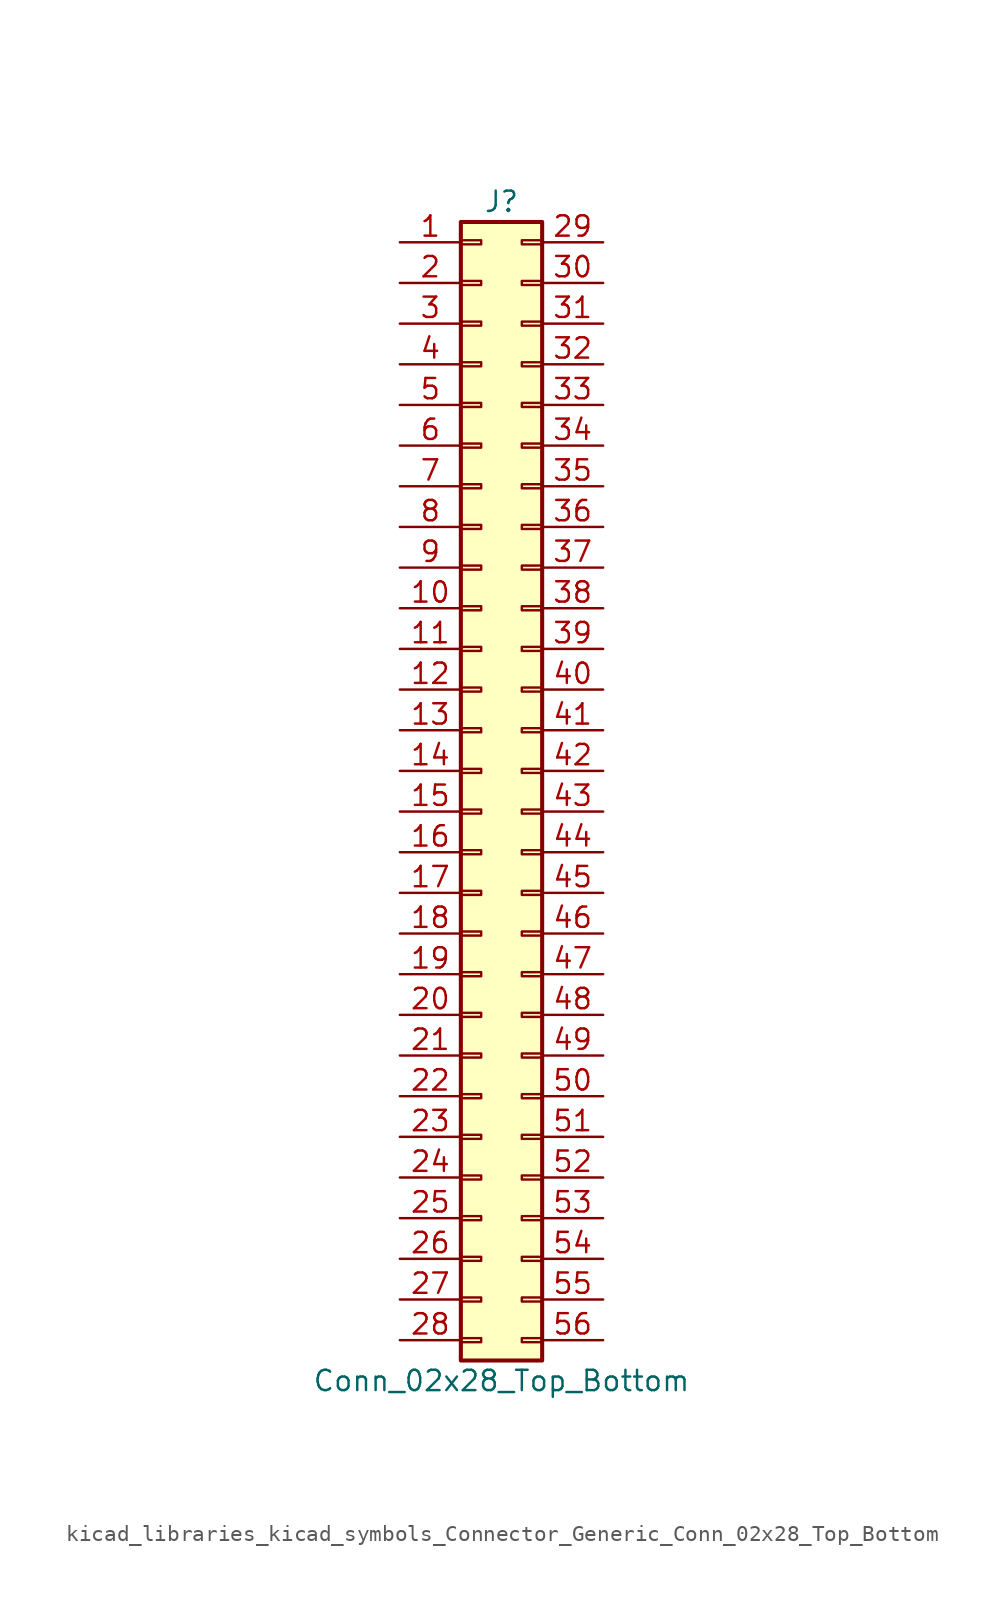
<source format=kicad_sym>
(kicad_symbol_lib
  (version 20220914)
  (generator kicad_symbol_editor)
  (symbol "kicad_libraries_kicad_symbols_Connector_Generic_Conn_02x28_Top_Bottom"
    (pin_names
      (offset 1.016) hide)
    (property "Reference" "J"
      (at 1.27 35.56 0)
      (effects (font (size 1.27 1.27))))
    (property "Value" "Conn_02x28_Top_Bottom"
      (at 1.27 -38.1 0)
      (effects (font (size 1.27 1.27))))
    (symbol "kicad_libraries_kicad_symbols_Connector_Generic_Conn_02x28_Top_Bottom_1_1"
      (rectangle (start -1.27 -35.433) (end 0 -35.687) (stroke (width 0.152) (type default)) (fill (type none)))
      (rectangle (start -1.27 -32.893) (end 0 -33.147) (stroke (width 0.152) (type default)) (fill (type none)))
      (rectangle (start -1.27 -30.353) (end 0 -30.607) (stroke (width 0.152) (type default)) (fill (type none)))
      (rectangle (start -1.27 -27.813) (end 0 -28.067) (stroke (width 0.152) (type default)) (fill (type none)))
      (rectangle (start -1.27 -25.273) (end 0 -25.527) (stroke (width 0.152) (type default)) (fill (type none)))
      (rectangle (start -1.27 -22.733) (end 0 -22.987) (stroke (width 0.152) (type default)) (fill (type none)))
      (rectangle (start -1.27 -20.193) (end 0 -20.447) (stroke (width 0.152) (type default)) (fill (type none)))
      (rectangle (start -1.27 -17.653) (end 0 -17.907) (stroke (width 0.152) (type default)) (fill (type none)))
      (rectangle (start -1.27 -15.113) (end 0 -15.367) (stroke (width 0.152) (type default)) (fill (type none)))
      (rectangle (start -1.27 -12.573) (end 0 -12.827) (stroke (width 0.152) (type default)) (fill (type none)))
      (rectangle (start -1.27 -10.033) (end 0 -10.287) (stroke (width 0.152) (type default)) (fill (type none)))
      (rectangle (start -1.27 -7.493) (end 0 -7.747) (stroke (width 0.152) (type default)) (fill (type none)))
      (rectangle (start -1.27 -4.953) (end 0 -5.207) (stroke (width 0.152) (type default)) (fill (type none)))
      (rectangle (start -1.27 -2.413) (end 0 -2.667) (stroke (width 0.152) (type default)) (fill (type none)))
      (rectangle (start -1.27 0.127) (end 0 -0.127) (stroke (width 0.152) (type default)) (fill (type none)))
      (rectangle (start -1.27 2.667) (end 0 2.413) (stroke (width 0.152) (type default)) (fill (type none)))
      (rectangle (start -1.27 5.207) (end 0 4.953) (stroke (width 0.152) (type default)) (fill (type none)))
      (rectangle (start -1.27 7.747) (end 0 7.493) (stroke (width 0.152) (type default)) (fill (type none)))
      (rectangle (start -1.27 10.287) (end 0 10.033) (stroke (width 0.152) (type default)) (fill (type none)))
      (rectangle (start -1.27 12.827) (end 0 12.573) (stroke (width 0.152) (type default)) (fill (type none)))
      (rectangle (start -1.27 15.367) (end 0 15.113) (stroke (width 0.152) (type default)) (fill (type none)))
      (rectangle (start -1.27 17.907) (end 0 17.653) (stroke (width 0.152) (type default)) (fill (type none)))
      (rectangle (start -1.27 20.447) (end 0 20.193) (stroke (width 0.152) (type default)) (fill (type none)))
      (rectangle (start -1.27 22.987) (end 0 22.733) (stroke (width 0.152) (type default)) (fill (type none)))
      (rectangle (start -1.27 25.527) (end 0 25.273) (stroke (width 0.152) (type default)) (fill (type none)))
      (rectangle (start -1.27 28.067) (end 0 27.813) (stroke (width 0.152) (type default)) (fill (type none)))
      (rectangle (start -1.27 30.607) (end 0 30.353) (stroke (width 0.152) (type default)) (fill (type none)))
      (rectangle (start -1.27 33.147) (end 0 32.893) (stroke (width 0.152) (type default)) (fill (type none)))
      (rectangle (start -1.27 34.29) (end 3.81 -36.83) (stroke (width 0.254) (type default)) (fill (type background)))
      (rectangle (start 3.81 -35.433) (end 2.54 -35.687) (stroke (width 0.152) (type default)) (fill (type none)))
      (rectangle (start 3.81 -32.893) (end 2.54 -33.147) (stroke (width 0.152) (type default)) (fill (type none)))
      (rectangle (start 3.81 -30.353) (end 2.54 -30.607) (stroke (width 0.152) (type default)) (fill (type none)))
      (rectangle (start 3.81 -27.813) (end 2.54 -28.067) (stroke (width 0.152) (type default)) (fill (type none)))
      (rectangle (start 3.81 -25.273) (end 2.54 -25.527) (stroke (width 0.152) (type default)) (fill (type none)))
      (rectangle (start 3.81 -22.733) (end 2.54 -22.987) (stroke (width 0.152) (type default)) (fill (type none)))
      (rectangle (start 3.81 -20.193) (end 2.54 -20.447) (stroke (width 0.152) (type default)) (fill (type none)))
      (rectangle (start 3.81 -17.653) (end 2.54 -17.907) (stroke (width 0.152) (type default)) (fill (type none)))
      (rectangle (start 3.81 -15.113) (end 2.54 -15.367) (stroke (width 0.152) (type default)) (fill (type none)))
      (rectangle (start 3.81 -12.573) (end 2.54 -12.827) (stroke (width 0.152) (type default)) (fill (type none)))
      (rectangle (start 3.81 -10.033) (end 2.54 -10.287) (stroke (width 0.152) (type default)) (fill (type none)))
      (rectangle (start 3.81 -7.493) (end 2.54 -7.747) (stroke (width 0.152) (type default)) (fill (type none)))
      (rectangle (start 3.81 -4.953) (end 2.54 -5.207) (stroke (width 0.152) (type default)) (fill (type none)))
      (rectangle (start 3.81 -2.413) (end 2.54 -2.667) (stroke (width 0.152) (type default)) (fill (type none)))
      (rectangle (start 3.81 0.127) (end 2.54 -0.127) (stroke (width 0.152) (type default)) (fill (type none)))
      (rectangle (start 3.81 2.667) (end 2.54 2.413) (stroke (width 0.152) (type default)) (fill (type none)))
      (rectangle (start 3.81 5.207) (end 2.54 4.953) (stroke (width 0.152) (type default)) (fill (type none)))
      (rectangle (start 3.81 7.747) (end 2.54 7.493) (stroke (width 0.152) (type default)) (fill (type none)))
      (rectangle (start 3.81 10.287) (end 2.54 10.033) (stroke (width 0.152) (type default)) (fill (type none)))
      (rectangle (start 3.81 12.827) (end 2.54 12.573) (stroke (width 0.152) (type default)) (fill (type none)))
      (rectangle (start 3.81 15.367) (end 2.54 15.113) (stroke (width 0.152) (type default)) (fill (type none)))
      (rectangle (start 3.81 17.907) (end 2.54 17.653) (stroke (width 0.152) (type default)) (fill (type none)))
      (rectangle (start 3.81 20.447) (end 2.54 20.193) (stroke (width 0.152) (type default)) (fill (type none)))
      (rectangle (start 3.81 22.987) (end 2.54 22.733) (stroke (width 0.152) (type default)) (fill (type none)))
      (rectangle (start 3.81 25.527) (end 2.54 25.273) (stroke (width 0.152) (type default)) (fill (type none)))
      (rectangle (start 3.81 28.067) (end 2.54 27.813) (stroke (width 0.152) (type default)) (fill (type none)))
      (rectangle (start 3.81 30.607) (end 2.54 30.353) (stroke (width 0.152) (type default)) (fill (type none)))
      (rectangle (start 3.81 33.147) (end 2.54 32.893) (stroke (width 0.152) (type default)) (fill (type none)))
      (pin passive line (at -5.08 33.02 0) (length 3.81) (name "Pin_1" (effects (font (size 1.27 1.27)))) (number "1" (effects (font (size 1.27 1.27)))))
      (pin passive line (at -5.08 10.16 0) (length 3.81) (name "Pin_10" (effects (font (size 1.27 1.27)))) (number "10" (effects (font (size 1.27 1.27)))))
      (pin passive line (at -5.08 7.62 0) (length 3.81) (name "Pin_11" (effects (font (size 1.27 1.27)))) (number "11" (effects (font (size 1.27 1.27)))))
      (pin passive line (at -5.08 5.08 0) (length 3.81) (name "Pin_12" (effects (font (size 1.27 1.27)))) (number "12" (effects (font (size 1.27 1.27)))))
      (pin passive line (at -5.08 2.54 0) (length 3.81) (name "Pin_13" (effects (font (size 1.27 1.27)))) (number "13" (effects (font (size 1.27 1.27)))))
      (pin passive line (at -5.08 0 0) (length 3.81) (name "Pin_14" (effects (font (size 1.27 1.27)))) (number "14" (effects (font (size 1.27 1.27)))))
      (pin passive line (at -5.08 -2.54 0) (length 3.81) (name "Pin_15" (effects (font (size 1.27 1.27)))) (number "15" (effects (font (size 1.27 1.27)))))
      (pin passive line (at -5.08 -5.08 0) (length 3.81) (name "Pin_16" (effects (font (size 1.27 1.27)))) (number "16" (effects (font (size 1.27 1.27)))))
      (pin passive line (at -5.08 -7.62 0) (length 3.81) (name "Pin_17" (effects (font (size 1.27 1.27)))) (number "17" (effects (font (size 1.27 1.27)))))
      (pin passive line (at -5.08 -10.16 0) (length 3.81) (name "Pin_18" (effects (font (size 1.27 1.27)))) (number "18" (effects (font (size 1.27 1.27)))))
      (pin passive line (at -5.08 -12.7 0) (length 3.81) (name "Pin_19" (effects (font (size 1.27 1.27)))) (number "19" (effects (font (size 1.27 1.27)))))
      (pin passive line (at -5.08 30.48 0) (length 3.81) (name "Pin_2" (effects (font (size 1.27 1.27)))) (number "2" (effects (font (size 1.27 1.27)))))
      (pin passive line (at -5.08 -15.24 0) (length 3.81) (name "Pin_20" (effects (font (size 1.27 1.27)))) (number "20" (effects (font (size 1.27 1.27)))))
      (pin passive line (at -5.08 -17.78 0) (length 3.81) (name "Pin_21" (effects (font (size 1.27 1.27)))) (number "21" (effects (font (size 1.27 1.27)))))
      (pin passive line (at -5.08 -20.32 0) (length 3.81) (name "Pin_22" (effects (font (size 1.27 1.27)))) (number "22" (effects (font (size 1.27 1.27)))))
      (pin passive line (at -5.08 -22.86 0) (length 3.81) (name "Pin_23" (effects (font (size 1.27 1.27)))) (number "23" (effects (font (size 1.27 1.27)))))
      (pin passive line (at -5.08 -25.4 0) (length 3.81) (name "Pin_24" (effects (font (size 1.27 1.27)))) (number "24" (effects (font (size 1.27 1.27)))))
      (pin passive line (at -5.08 -27.94 0) (length 3.81) (name "Pin_25" (effects (font (size 1.27 1.27)))) (number "25" (effects (font (size 1.27 1.27)))))
      (pin passive line (at -5.08 -30.48 0) (length 3.81) (name "Pin_26" (effects (font (size 1.27 1.27)))) (number "26" (effects (font (size 1.27 1.27)))))
      (pin passive line (at -5.08 -33.02 0) (length 3.81) (name "Pin_27" (effects (font (size 1.27 1.27)))) (number "27" (effects (font (size 1.27 1.27)))))
      (pin passive line (at -5.08 -35.56 0) (length 3.81) (name "Pin_28" (effects (font (size 1.27 1.27)))) (number "28" (effects (font (size 1.27 1.27)))))
      (pin passive line (at 7.62 33.02 180) (length 3.81) (name "Pin_29" (effects (font (size 1.27 1.27)))) (number "29" (effects (font (size 1.27 1.27)))))
      (pin passive line (at -5.08 27.94 0) (length 3.81) (name "Pin_3" (effects (font (size 1.27 1.27)))) (number "3" (effects (font (size 1.27 1.27)))))
      (pin passive line (at 7.62 30.48 180) (length 3.81) (name "Pin_30" (effects (font (size 1.27 1.27)))) (number "30" (effects (font (size 1.27 1.27)))))
      (pin passive line (at 7.62 27.94 180) (length 3.81) (name "Pin_31" (effects (font (size 1.27 1.27)))) (number "31" (effects (font (size 1.27 1.27)))))
      (pin passive line (at 7.62 25.4 180) (length 3.81) (name "Pin_32" (effects (font (size 1.27 1.27)))) (number "32" (effects (font (size 1.27 1.27)))))
      (pin passive line (at 7.62 22.86 180) (length 3.81) (name "Pin_33" (effects (font (size 1.27 1.27)))) (number "33" (effects (font (size 1.27 1.27)))))
      (pin passive line (at 7.62 20.32 180) (length 3.81) (name "Pin_34" (effects (font (size 1.27 1.27)))) (number "34" (effects (font (size 1.27 1.27)))))
      (pin passive line (at 7.62 17.78 180) (length 3.81) (name "Pin_35" (effects (font (size 1.27 1.27)))) (number "35" (effects (font (size 1.27 1.27)))))
      (pin passive line (at 7.62 15.24 180) (length 3.81) (name "Pin_36" (effects (font (size 1.27 1.27)))) (number "36" (effects (font (size 1.27 1.27)))))
      (pin passive line (at 7.62 12.7 180) (length 3.81) (name "Pin_37" (effects (font (size 1.27 1.27)))) (number "37" (effects (font (size 1.27 1.27)))))
      (pin passive line (at 7.62 10.16 180) (length 3.81) (name "Pin_38" (effects (font (size 1.27 1.27)))) (number "38" (effects (font (size 1.27 1.27)))))
      (pin passive line (at 7.62 7.62 180) (length 3.81) (name "Pin_39" (effects (font (size 1.27 1.27)))) (number "39" (effects (font (size 1.27 1.27)))))
      (pin passive line (at -5.08 25.4 0) (length 3.81) (name "Pin_4" (effects (font (size 1.27 1.27)))) (number "4" (effects (font (size 1.27 1.27)))))
      (pin passive line (at 7.62 5.08 180) (length 3.81) (name "Pin_40" (effects (font (size 1.27 1.27)))) (number "40" (effects (font (size 1.27 1.27)))))
      (pin passive line (at 7.62 2.54 180) (length 3.81) (name "Pin_41" (effects (font (size 1.27 1.27)))) (number "41" (effects (font (size 1.27 1.27)))))
      (pin passive line (at 7.62 0 180) (length 3.81) (name "Pin_42" (effects (font (size 1.27 1.27)))) (number "42" (effects (font (size 1.27 1.27)))))
      (pin passive line (at 7.62 -2.54 180) (length 3.81) (name "Pin_43" (effects (font (size 1.27 1.27)))) (number "43" (effects (font (size 1.27 1.27)))))
      (pin passive line (at 7.62 -5.08 180) (length 3.81) (name "Pin_44" (effects (font (size 1.27 1.27)))) (number "44" (effects (font (size 1.27 1.27)))))
      (pin passive line (at 7.62 -7.62 180) (length 3.81) (name "Pin_45" (effects (font (size 1.27 1.27)))) (number "45" (effects (font (size 1.27 1.27)))))
      (pin passive line (at 7.62 -10.16 180) (length 3.81) (name "Pin_46" (effects (font (size 1.27 1.27)))) (number "46" (effects (font (size 1.27 1.27)))))
      (pin passive line (at 7.62 -12.7 180) (length 3.81) (name "Pin_47" (effects (font (size 1.27 1.27)))) (number "47" (effects (font (size 1.27 1.27)))))
      (pin passive line (at 7.62 -15.24 180) (length 3.81) (name "Pin_48" (effects (font (size 1.27 1.27)))) (number "48" (effects (font (size 1.27 1.27)))))
      (pin passive line (at 7.62 -17.78 180) (length 3.81) (name "Pin_49" (effects (font (size 1.27 1.27)))) (number "49" (effects (font (size 1.27 1.27)))))
      (pin passive line (at -5.08 22.86 0) (length 3.81) (name "Pin_5" (effects (font (size 1.27 1.27)))) (number "5" (effects (font (size 1.27 1.27)))))
      (pin passive line (at 7.62 -20.32 180) (length 3.81) (name "Pin_50" (effects (font (size 1.27 1.27)))) (number "50" (effects (font (size 1.27 1.27)))))
      (pin passive line (at 7.62 -22.86 180) (length 3.81) (name "Pin_51" (effects (font (size 1.27 1.27)))) (number "51" (effects (font (size 1.27 1.27)))))
      (pin passive line (at 7.62 -25.4 180) (length 3.81) (name "Pin_52" (effects (font (size 1.27 1.27)))) (number "52" (effects (font (size 1.27 1.27)))))
      (pin passive line (at 7.62 -27.94 180) (length 3.81) (name "Pin_53" (effects (font (size 1.27 1.27)))) (number "53" (effects (font (size 1.27 1.27)))))
      (pin passive line (at 7.62 -30.48 180) (length 3.81) (name "Pin_54" (effects (font (size 1.27 1.27)))) (number "54" (effects (font (size 1.27 1.27)))))
      (pin passive line (at 7.62 -33.02 180) (length 3.81) (name "Pin_55" (effects (font (size 1.27 1.27)))) (number "55" (effects (font (size 1.27 1.27)))))
      (pin passive line (at 7.62 -35.56 180) (length 3.81) (name "Pin_56" (effects (font (size 1.27 1.27)))) (number "56" (effects (font (size 1.27 1.27)))))
      (pin passive line (at -5.08 20.32 0) (length 3.81) (name "Pin_6" (effects (font (size 1.27 1.27)))) (number "6" (effects (font (size 1.27 1.27)))))
      (pin passive line (at -5.08 17.78 0) (length 3.81) (name "Pin_7" (effects (font (size 1.27 1.27)))) (number "7" (effects (font (size 1.27 1.27)))))
      (pin passive line (at -5.08 15.24 0) (length 3.81) (name "Pin_8" (effects (font (size 1.27 1.27)))) (number "8" (effects (font (size 1.27 1.27)))))
      (pin passive line (at -5.08 12.7 0) (length 3.81) (name "Pin_9" (effects (font (size 1.27 1.27)))) (number "9" (effects (font (size 1.27 1.27))))))))
</source>
